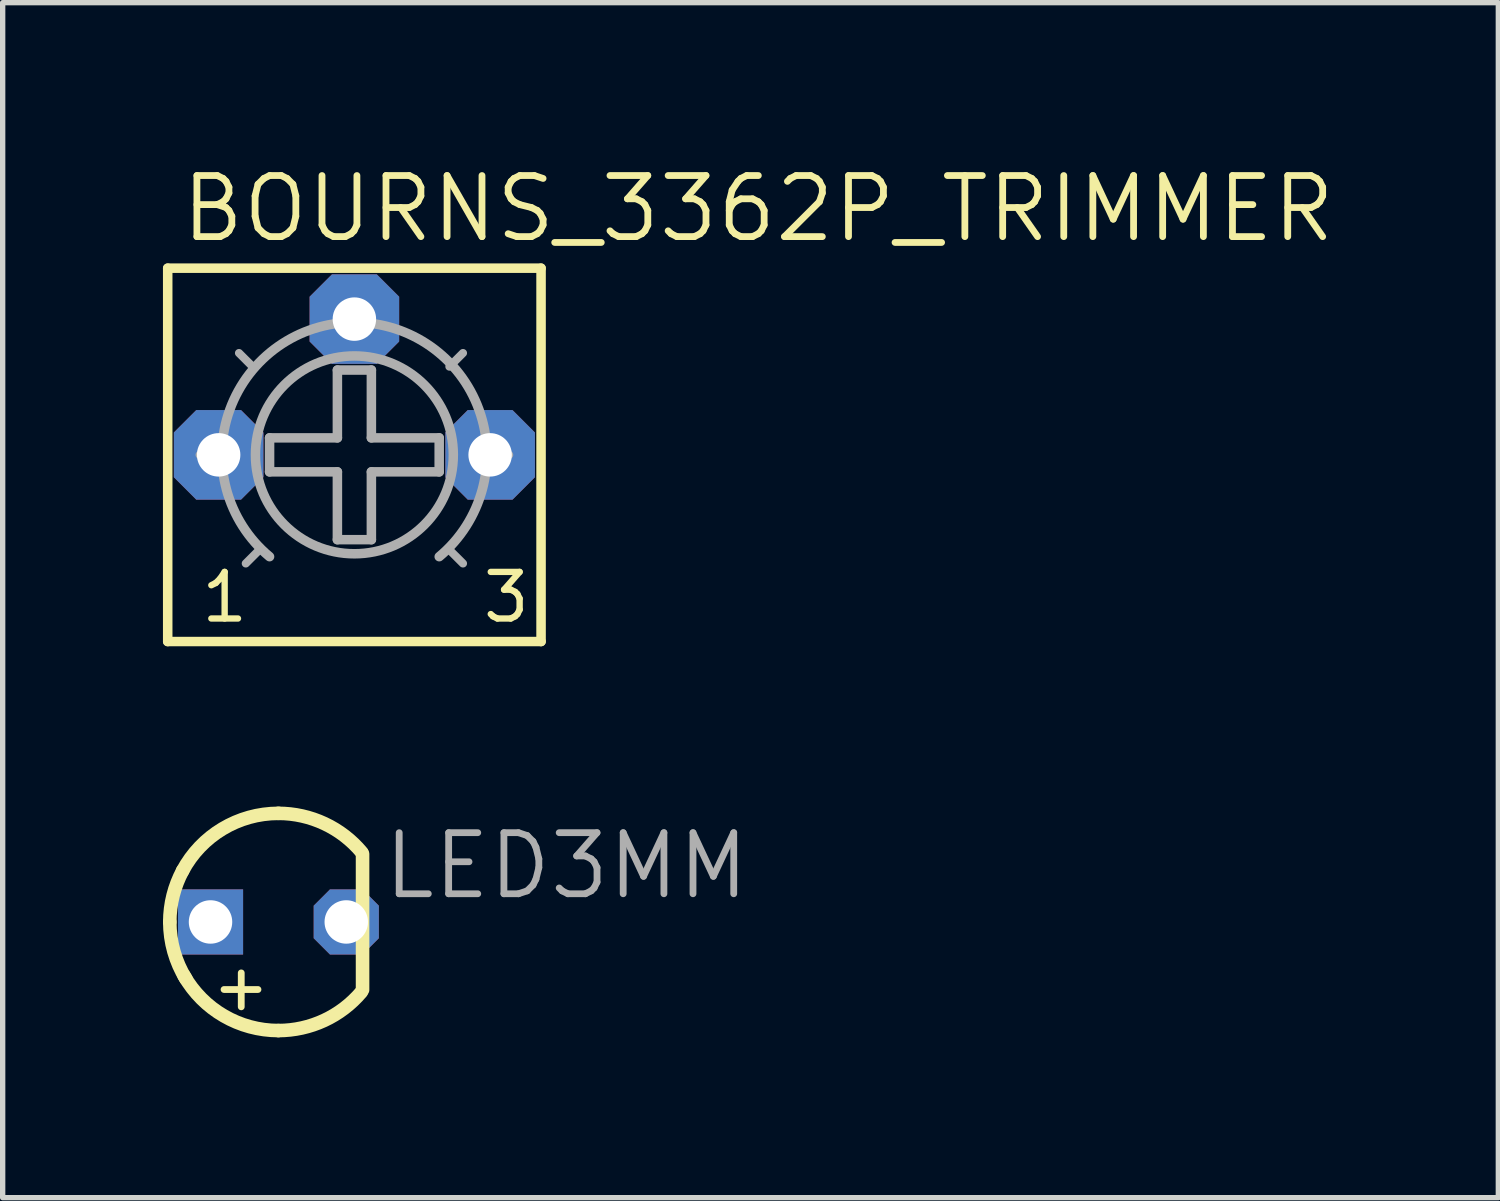
<source format=kicad_pcb>
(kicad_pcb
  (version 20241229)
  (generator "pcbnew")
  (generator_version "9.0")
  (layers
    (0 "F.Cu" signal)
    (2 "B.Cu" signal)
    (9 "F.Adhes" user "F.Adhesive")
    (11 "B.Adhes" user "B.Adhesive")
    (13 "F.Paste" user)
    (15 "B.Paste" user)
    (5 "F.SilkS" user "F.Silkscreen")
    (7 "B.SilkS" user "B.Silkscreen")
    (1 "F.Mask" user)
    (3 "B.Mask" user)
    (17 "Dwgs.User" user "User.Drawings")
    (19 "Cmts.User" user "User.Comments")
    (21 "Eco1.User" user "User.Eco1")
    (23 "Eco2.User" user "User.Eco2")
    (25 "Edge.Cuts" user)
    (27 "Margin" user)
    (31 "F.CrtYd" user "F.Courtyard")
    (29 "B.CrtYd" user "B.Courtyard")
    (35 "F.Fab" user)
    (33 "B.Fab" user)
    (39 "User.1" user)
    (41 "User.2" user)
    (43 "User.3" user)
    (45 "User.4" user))
  (footprint "LED3MM"
    (layer "F.Cu")
    (at 2.159 14.201)
    (property "Reference" "LED3MM" (at 1.905 -0.381 0) (layer "F.Fab") (effects (font (size 1.143 1.143) (thickness 0.127)) (justify left bottom)))
    (fp_line (start -0.695 1.588) (end -0.695 0.953) (stroke (width 0.127) (type solid)) (layer "F.SilkS"))
    (fp_line (start -0.382 1.264) (end -1.017 1.264) (stroke (width 0.127) (type solid)) (layer "F.SilkS"))
    (fp_line (start 1.575 1.27) (end 1.575 -1.27) (stroke (width 0.254) (type solid)) (layer "F.SilkS"))
    (fp_arc (start -2.032 0) (mid -1.970339 -0.496775) (end -1.7891 -0.9634) (stroke (width 0.254) (type solid)) (layer "F.SilkS"))
    (fp_arc (start -1.7929 -0.9562) (mid -1.045438 -1.7424) (end 0 -2.032) (stroke (width 0.254) (type solid)) (layer "F.SilkS"))
    (fp_arc (start -1.7306 1.065) (mid -1.95521 0.553417) (end -2.032 0) (stroke (width 0.254) (type solid)) (layer "F.SilkS"))
    (fp_arc (start 0 -2.032) (mid 0.861864 -1.840173) (end 1.561 -1.3009) (stroke (width 0.254) (type solid)) (layer "F.SilkS"))
    (fp_arc (start 0 2.032) (mid -1.019924 1.757525) (end -1.7643 1.0082) (stroke (width 0.254) (type solid)) (layer "F.SilkS"))
    (fp_arc (start 1.5512 1.3126) (mid 0.854953 1.843405) (end 0 2.032) (stroke (width 0.254) (type solid)) (layer "F.SilkS"))
    (pad "A" thru_hole rect (at -1.27 0) (size 1.219 1.219) (drill 0.813) (layers "*.Cu" "*.Mask"))
    (pad "K" thru_hole roundrect (at 1.27 0) (size 1.219 1.219) (drill 0.813) (layers "*.Cu" "*.Mask") (roundrect_rratio 0.25) (chamfer_ratio 0.25) (chamfer top_left top_right bottom_left bottom_right)))
  (footprint "BOURNS_3362P_TRIMMER"
    (layer "F.Cu")
    (at 3.581 5.461)
    (property "Reference" "BOURNS_3362P_TRIMMER" (at -3.302 -3.937 0) (layer "F.SilkS") (effects (font (size 1.143 1.143) (thickness 0.127)) (justify left bottom)))
    (fp_line (start -3.493 -3.493) (end 3.493 -3.493) (stroke (width 0.178) (type solid)) (layer "F.SilkS"))
    (fp_line (start -3.493 3.493) (end -3.493 -3.493) (stroke (width 0.178) (type solid)) (layer "F.SilkS"))
    (fp_line (start 3.493 -3.493) (end 3.493 3.493) (stroke (width 0.178) (type solid)) (layer "F.SilkS"))
    (fp_line (start 3.493 3.493) (end -3.493 3.493) (stroke (width 0.178) (type solid)) (layer "F.SilkS"))
    (fp_line (start -2.515 0) (end -2.896 0) (stroke (width 0.152) (type solid)) (layer "F.Fab"))
    (fp_line (start -1.905 -1.651) (end -2.159 -1.905) (stroke (width 0.152) (type solid)) (layer "F.Fab"))
    (fp_line (start -1.778 1.778) (end -2.032 2.032) (stroke (width 0.152) (type solid)) (layer "F.Fab"))
    (fp_line (start -1.587 -0.318) (end -0.318 -0.318) (stroke (width 0.178) (type solid)) (layer "F.Fab"))
    (fp_line (start -1.587 0.318) (end -1.587 -0.318) (stroke (width 0.178) (type solid)) (layer "F.Fab"))
    (fp_line (start -0.318 -1.587) (end 0.318 -1.587) (stroke (width 0.178) (type solid)) (layer "F.Fab"))
    (fp_line (start -0.318 -0.318) (end -0.318 -1.587) (stroke (width 0.178) (type solid)) (layer "F.Fab"))
    (fp_line (start -0.318 0.318) (end -1.587 0.318) (stroke (width 0.178) (type solid)) (layer "F.Fab"))
    (fp_line (start -0.318 1.587) (end -0.318 0.318) (stroke (width 0.178) (type solid)) (layer "F.Fab"))
    (fp_line (start 0 -2.464) (end 0 -2.845) (stroke (width 0.152) (type solid)) (layer "F.Fab"))
    (fp_line (start 0.318 -1.587) (end 0.318 -0.318) (stroke (width 0.178) (type solid)) (layer "F.Fab"))
    (fp_line (start 0.318 -0.318) (end 1.587 -0.318) (stroke (width 0.178) (type solid)) (layer "F.Fab"))
    (fp_line (start 0.318 0.318) (end 0.318 1.587) (stroke (width 0.178) (type solid)) (layer "F.Fab"))
    (fp_line (start 0.318 1.587) (end -0.318 1.587) (stroke (width 0.178) (type solid)) (layer "F.Fab"))
    (fp_line (start 1.587 -0.318) (end 1.587 0.318) (stroke (width 0.178) (type solid)) (layer "F.Fab"))
    (fp_line (start 1.587 0.318) (end 0.318 0.318) (stroke (width 0.178) (type solid)) (layer "F.Fab"))
    (fp_line (start 1.778 -1.651) (end 2.032 -1.905) (stroke (width 0.152) (type solid)) (layer "F.Fab"))
    (fp_line (start 1.778 1.778) (end 2.032 2.032) (stroke (width 0.152) (type solid)) (layer "F.Fab"))
    (fp_line (start 2.515 0) (end 2.896 0) (stroke (width 0.152) (type solid)) (layer "F.Fab"))
    (fp_arc (start -1.5875 1.905) (mid 0 -2.479754) (end 1.5875 1.905) (stroke (width 0.1778) (type solid)) (layer "F.Fab"))
    (fp_circle (center 0 0) (end 1.851 0) (stroke (width 0.178) (type solid)) (fill no) (layer "F.Fab"))
    (fp_text user "1" (at -2.921 3.175 0) (layer "F.SilkS") (effects (font (size 0.872 0.872) (thickness 0.119)) (justify left bottom)))
    (fp_text user "3" (at 2.349 3.175 0) (layer "F.SilkS") (effects (font (size 0.872 0.872) (thickness 0.119)) (justify left bottom)))
    (pad "1" thru_hole roundrect (at -2.54 0) (size 1.676 1.676) (drill 0.813) (layers "*.Cu" "*.Mask") (roundrect_rratio 0.25) (chamfer_ratio 0.25) (chamfer top_left top_right bottom_left bottom_right))
    (pad "2" thru_hole roundrect (at 0 -2.54) (size 1.676 1.676) (drill 0.813) (layers "*.Cu" "*.Mask") (roundrect_rratio 0.25) (chamfer_ratio 0.25) (chamfer top_left top_right bottom_left bottom_right))
    (pad "3" thru_hole roundrect (at 2.54 0) (size 1.676 1.676) (drill 0.813) (layers "*.Cu" "*.Mask") (roundrect_rratio 0.25) (chamfer_ratio 0.25) (chamfer top_left top_right bottom_left bottom_right)))
  (gr_rect
    (start -3 -3)
    (end 24.986 19.36)
    (stroke (width 0.1) (type default))
    (fill no)
    (layer "Edge.Cuts")))
</source>
